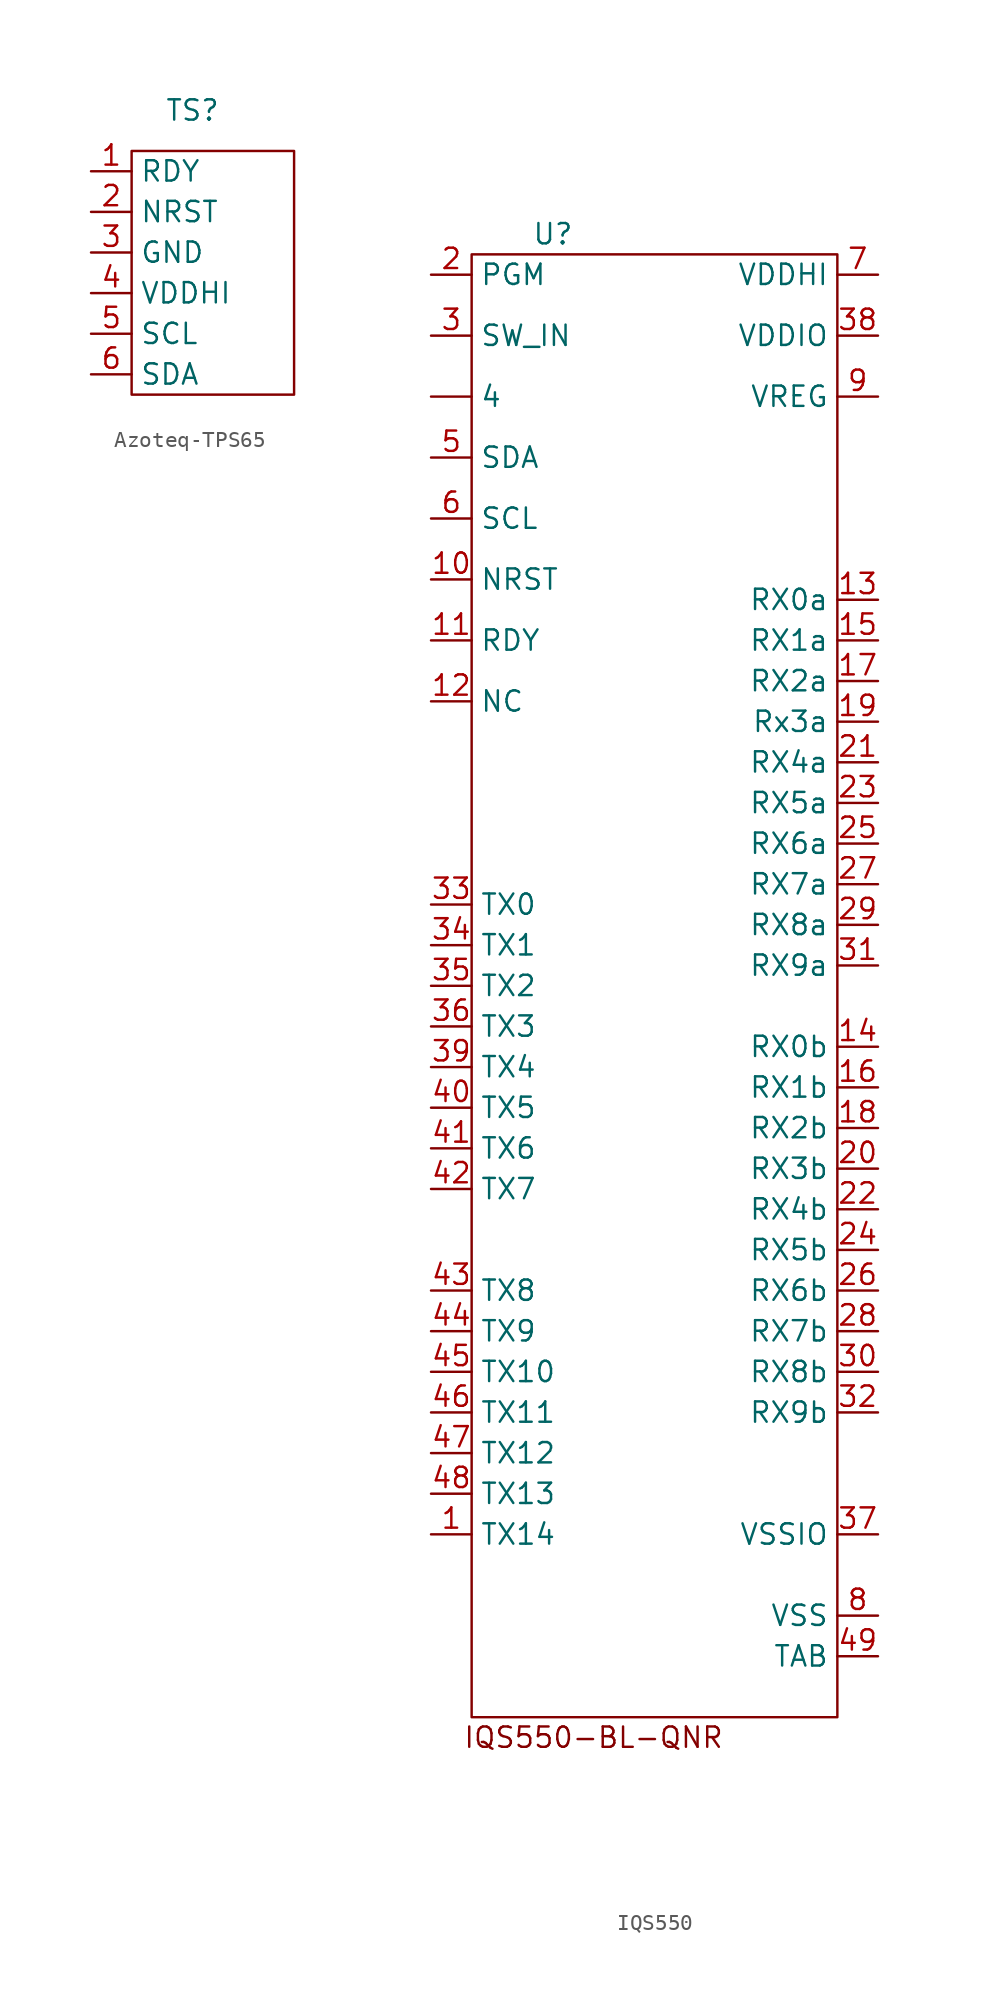
<source format=kicad_sym>
(kicad_symbol_lib
  (version 20220914)
  (generator kicad_symbol_editor)
  (symbol "Azoteq-TPS65"
    (property "Reference" "TS"
      (at 1.27 12.7 0)
      (effects (font (size 1.27 1.27))))
    (property "Value" ""
      (at 2.54 3.81 90)
      (effects (font (size 1.27 1.27))))
    (symbol "Azoteq-TPS65_0_1"
      (rectangle (start 7.62 -5.08) (end -2.54 10.16) (stroke (width 0) (type default)) (fill (type none))))
    (symbol "Azoteq-TPS65_1_0"
      (pin power_in line (at -5.08 1.27 0) (length 2.54) (name "VDDHI" (effects (font (size 1.27 1.27)))) (number "4" (effects (font (size 1.27 1.27)))))
      (pin input line (at -5.08 -1.27 0) (length 2.54) (name "SCL" (effects (font (size 1.27 1.27)))) (number "5" (effects (font (size 1.27 1.27)))))
      (pin input line (at -5.08 -3.81 0) (length 2.54) (name "SDA" (effects (font (size 1.27 1.27)))) (number "6" (effects (font (size 1.27 1.27))))))
    (symbol "Azoteq-TPS65_1_1"
      (pin output line (at -5.08 8.89 0) (length 2.54) (name "RDY" (effects (font (size 1.27 1.27)))) (number "1" (effects (font (size 1.27 1.27)))))
      (pin input line (at -5.08 6.35 0) (length 2.54) (name "NRST" (effects (font (size 1.27 1.27)))) (number "2" (effects (font (size 1.27 1.27)))))
      (pin power_in line (at -5.08 3.81 0) (length 2.54) (name "GND" (effects (font (size 1.27 1.27)))) (number "3" (effects (font (size 1.27 1.27)))))))
  (symbol "IQS550"
    (property "Reference" "U"
      (at -6.35 55.88 0)
      (effects (font (size 1.27 1.27))))
    (property "Value" ""
      (at -6.35 55.88 0)
      (effects (font (size 1.27 1.27))))
    (symbol "IQS550_0_0"
      (text "" (at 12.7 2.54 0) (effects (font (size 1.27 1.27))))
      (text "" (at 12.7 30.48 0) (effects (font (size 1.27 1.27)))))
    (symbol "IQS550_0_1"
      (rectangle (start -11.43 54.61) (end 11.43 -36.83) (stroke (width 0) (type default)) (fill (type none))))
    (symbol "IQS550_1_1"
      (text "IQS550-BL-QNR\n" (at -3.81 -38.1 0) (effects (font (size 1.27 1.27))))
      (pin input line (at -13.97 45.72 0) (length 2.54) (name "4" (effects (font (size 1.27 1.27)))) (number "" (effects (font (size 1.27 1.27)))))
      (pin input line (at -13.97 -25.4 0) (length 2.54) (name "TX14" (effects (font (size 1.27 1.27)))) (number "1" (effects (font (size 1.27 1.27)))))
      (pin input line (at -13.97 34.29 0) (length 2.54) (name "NRST" (effects (font (size 1.27 1.27)))) (number "10" (effects (font (size 1.27 1.27)))))
      (pin input line (at -13.97 30.48 0) (length 2.54) (name "RDY" (effects (font (size 1.27 1.27)))) (number "11" (effects (font (size 1.27 1.27)))))
      (pin input line (at -13.97 26.67 0) (length 2.54) (name "NC" (effects (font (size 1.27 1.27)))) (number "12" (effects (font (size 1.27 1.27)))))
      (pin input line (at 13.97 33.02 180) (length 2.54) (name "RX0a" (effects (font (size 1.27 1.27)))) (number "13" (effects (font (size 1.27 1.27)))))
      (pin input line (at 13.97 5.08 180) (length 2.54) (name "RX0b" (effects (font (size 1.27 1.27)))) (number "14" (effects (font (size 1.27 1.27)))))
      (pin input line (at 13.97 30.48 180) (length 2.54) (name "RX1a" (effects (font (size 1.27 1.27)))) (number "15" (effects (font (size 1.27 1.27)))))
      (pin input line (at 13.97 2.54 180) (length 2.54) (name "RX1b" (effects (font (size 1.27 1.27)))) (number "16" (effects (font (size 1.27 1.27)))))
      (pin input line (at 13.97 27.94 180) (length 2.54) (name "RX2a" (effects (font (size 1.27 1.27)))) (number "17" (effects (font (size 1.27 1.27)))))
      (pin input line (at 13.97 0 180) (length 2.54) (name "RX2b" (effects (font (size 1.27 1.27)))) (number "18" (effects (font (size 1.27 1.27)))))
      (pin input line (at 13.97 25.4 180) (length 2.54) (name "Rx3a" (effects (font (size 1.27 1.27)))) (number "19" (effects (font (size 1.27 1.27)))))
      (pin input line (at -13.97 53.34 0) (length 2.54) (name "PGM" (effects (font (size 1.27 1.27)))) (number "2" (effects (font (size 1.27 1.27)))))
      (pin input line (at 13.97 -2.54 180) (length 2.54) (name "RX3b" (effects (font (size 1.27 1.27)))) (number "20" (effects (font (size 1.27 1.27)))))
      (pin input line (at 13.97 22.86 180) (length 2.54) (name "RX4a" (effects (font (size 1.27 1.27)))) (number "21" (effects (font (size 1.27 1.27)))))
      (pin input line (at 13.97 -5.08 180) (length 2.54) (name "RX4b" (effects (font (size 1.27 1.27)))) (number "22" (effects (font (size 1.27 1.27)))))
      (pin input line (at 13.97 20.32 180) (length 2.54) (name "RX5a" (effects (font (size 1.27 1.27)))) (number "23" (effects (font (size 1.27 1.27)))))
      (pin input line (at 13.97 -7.62 180) (length 2.54) (name "RX5b" (effects (font (size 1.27 1.27)))) (number "24" (effects (font (size 1.27 1.27)))))
      (pin input line (at 13.97 17.78 180) (length 2.54) (name "RX6a" (effects (font (size 1.27 1.27)))) (number "25" (effects (font (size 1.27 1.27)))))
      (pin input line (at 13.97 -10.16 180) (length 2.54) (name "RX6b" (effects (font (size 1.27 1.27)))) (number "26" (effects (font (size 1.27 1.27)))))
      (pin input line (at 13.97 15.24 180) (length 2.54) (name "RX7a" (effects (font (size 1.27 1.27)))) (number "27" (effects (font (size 1.27 1.27)))))
      (pin input line (at 13.97 -12.7 180) (length 2.54) (name "RX7b" (effects (font (size 1.27 1.27)))) (number "28" (effects (font (size 1.27 1.27)))))
      (pin input line (at 13.97 12.7 180) (length 2.54) (name "RX8a" (effects (font (size 1.27 1.27)))) (number "29" (effects (font (size 1.27 1.27)))))
      (pin input line (at -13.97 49.53 0) (length 2.54) (name "SW_IN" (effects (font (size 1.27 1.27)))) (number "3" (effects (font (size 1.27 1.27)))))
      (pin input line (at 13.97 -15.24 180) (length 2.54) (name "RX8b" (effects (font (size 1.27 1.27)))) (number "30" (effects (font (size 1.27 1.27)))))
      (pin input line (at 13.97 10.16 180) (length 2.54) (name "RX9a" (effects (font (size 1.27 1.27)))) (number "31" (effects (font (size 1.27 1.27)))))
      (pin input line (at 13.97 -17.78 180) (length 2.54) (name "RX9b" (effects (font (size 1.27 1.27)))) (number "32" (effects (font (size 1.27 1.27)))))
      (pin input line (at -13.97 13.97 0) (length 2.54) (name "TX0" (effects (font (size 1.27 1.27)))) (number "33" (effects (font (size 1.27 1.27)))))
      (pin input line (at -13.97 11.43 0) (length 2.54) (name "TX1" (effects (font (size 1.27 1.27)))) (number "34" (effects (font (size 1.27 1.27)))))
      (pin input line (at -13.97 8.89 0) (length 2.54) (name "TX2" (effects (font (size 1.27 1.27)))) (number "35" (effects (font (size 1.27 1.27)))))
      (pin input line (at -13.97 6.35 0) (length 2.54) (name "TX3" (effects (font (size 1.27 1.27)))) (number "36" (effects (font (size 1.27 1.27)))))
      (pin power_in line (at 13.97 -25.4 180) (length 2.54) (name "VSSIO" (effects (font (size 1.27 1.27)))) (number "37" (effects (font (size 1.27 1.27)))))
      (pin power_in line (at 13.97 49.53 180) (length 2.54) (name "VDDIO" (effects (font (size 1.27 1.27)))) (number "38" (effects (font (size 1.27 1.27)))))
      (pin input line (at -13.97 3.81 0) (length 2.54) (name "TX4" (effects (font (size 1.27 1.27)))) (number "39" (effects (font (size 1.27 1.27)))))
      (pin input line (at -13.97 1.27 0) (length 2.54) (name "TX5" (effects (font (size 1.27 1.27)))) (number "40" (effects (font (size 1.27 1.27)))))
      (pin input line (at -13.97 -1.27 0) (length 2.54) (name "TX6" (effects (font (size 1.27 1.27)))) (number "41" (effects (font (size 1.27 1.27)))))
      (pin input line (at -13.97 -3.81 0) (length 2.54) (name "TX7" (effects (font (size 1.27 1.27)))) (number "42" (effects (font (size 1.27 1.27)))))
      (pin input line (at -13.97 -10.16 0) (length 2.54) (name "TX8" (effects (font (size 1.27 1.27)))) (number "43" (effects (font (size 1.27 1.27)))))
      (pin input line (at -13.97 -12.7 0) (length 2.54) (name "TX9" (effects (font (size 1.27 1.27)))) (number "44" (effects (font (size 1.27 1.27)))))
      (pin input line (at -13.97 -15.24 0) (length 2.54) (name "TX10" (effects (font (size 1.27 1.27)))) (number "45" (effects (font (size 1.27 1.27)))))
      (pin input line (at -13.97 -17.78 0) (length 2.54) (name "TX11" (effects (font (size 1.27 1.27)))) (number "46" (effects (font (size 1.27 1.27)))))
      (pin input line (at -13.97 -20.32 0) (length 2.54) (name "TX12" (effects (font (size 1.27 1.27)))) (number "47" (effects (font (size 1.27 1.27)))))
      (pin input line (at -13.97 -22.86 0) (length 2.54) (name "TX13" (effects (font (size 1.27 1.27)))) (number "48" (effects (font (size 1.27 1.27)))))
      (pin power_out line (at 13.97 -33.02 180) (length 2.54) (name "TAB" (effects (font (size 1.27 1.27)))) (number "49" (effects (font (size 1.27 1.27)))))
      (pin input line (at -13.97 41.91 0) (length 2.54) (name "SDA" (effects (font (size 1.27 1.27)))) (number "5" (effects (font (size 1.27 1.27)))))
      (pin input line (at -13.97 38.1 0) (length 2.54) (name "SCL" (effects (font (size 1.27 1.27)))) (number "6" (effects (font (size 1.27 1.27)))))
      (pin power_in line (at 13.97 53.34 180) (length 2.54) (name "VDDHI" (effects (font (size 1.27 1.27)))) (number "7" (effects (font (size 1.27 1.27)))))
      (pin power_in line (at 13.97 -30.48 180) (length 2.54) (name "VSS" (effects (font (size 1.27 1.27)))) (number "8" (effects (font (size 1.27 1.27)))))
      (pin power_in line (at 13.97 45.72 180) (length 2.54) (name "VREG" (effects (font (size 1.27 1.27)))) (number "9" (effects (font (size 1.27 1.27))))))))
</source>
